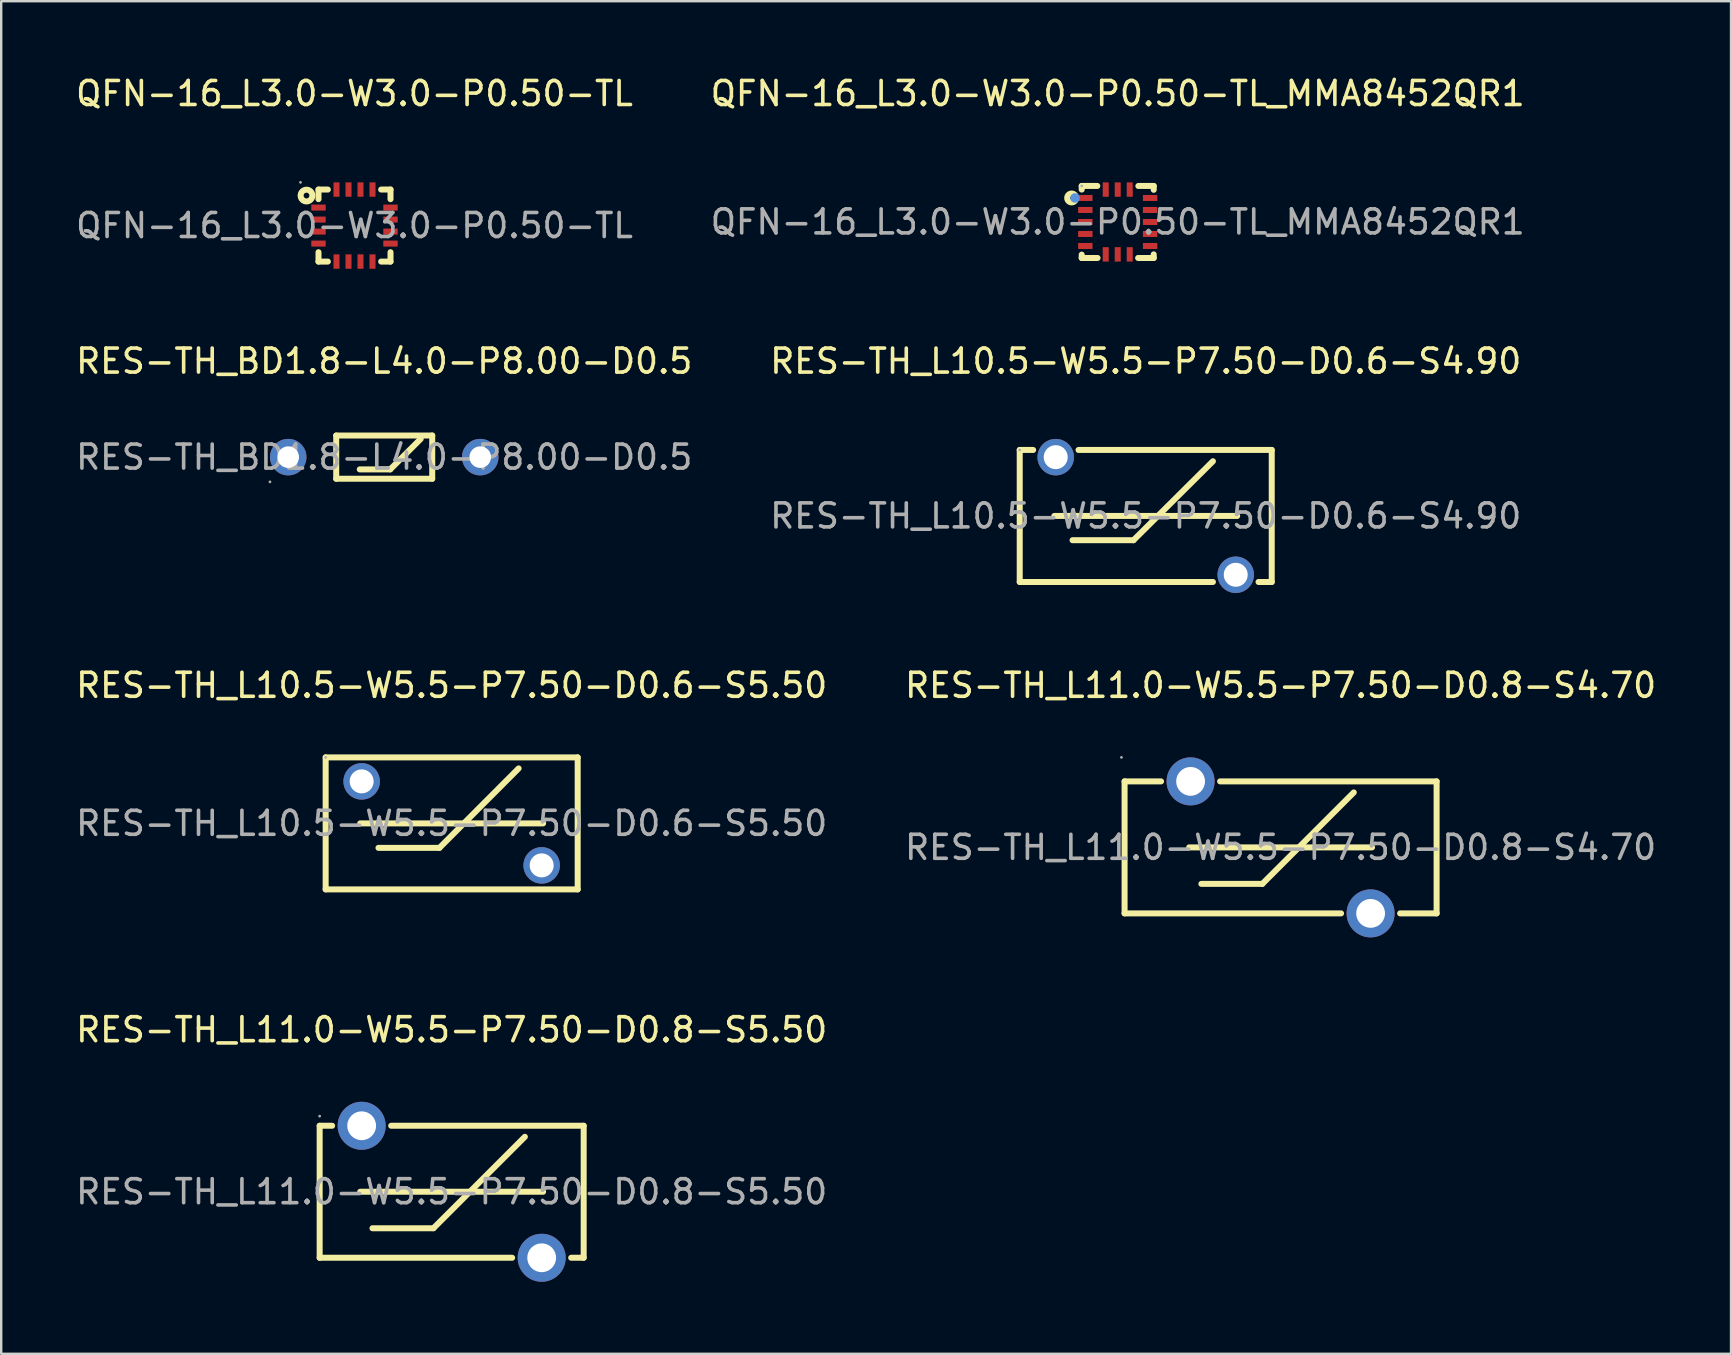
<source format=kicad_pcb>
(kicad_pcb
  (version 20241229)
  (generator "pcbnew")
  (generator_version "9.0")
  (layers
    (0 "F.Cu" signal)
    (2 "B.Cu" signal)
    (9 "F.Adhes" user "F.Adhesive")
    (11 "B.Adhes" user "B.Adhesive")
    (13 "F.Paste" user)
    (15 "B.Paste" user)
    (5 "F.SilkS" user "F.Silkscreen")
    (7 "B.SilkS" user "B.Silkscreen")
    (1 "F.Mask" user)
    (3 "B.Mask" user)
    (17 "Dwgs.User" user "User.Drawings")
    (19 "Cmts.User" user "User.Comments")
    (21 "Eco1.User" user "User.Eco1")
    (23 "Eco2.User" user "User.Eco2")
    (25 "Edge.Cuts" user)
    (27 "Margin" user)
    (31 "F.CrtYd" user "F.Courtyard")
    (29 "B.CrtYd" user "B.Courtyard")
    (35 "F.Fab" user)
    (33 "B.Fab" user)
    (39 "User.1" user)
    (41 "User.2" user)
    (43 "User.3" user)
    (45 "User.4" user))
  (footprint "RES-TH_L11.0-W5.5-P7.50-D0.8-S4.70"
    (layer "F.Cu")
    (at 50.304 32.255)
    (property "Reference" "RES-TH_L11.0-W5.5-P7.50-D0.8-S4.70" (at 0 -6.75 0) (layer "F.SilkS") (effects (font (size 1 1) (thickness 0.15))))
    (attr through_hole)
    (fp_line (start -6.5 -2.75) (end -6.5 2.75) (stroke (width 0.25) (type solid)) (layer "F.SilkS"))
    (fp_line (start -6.5 -2.75) (end -4.98 -2.75) (stroke (width 0.25) (type solid)) (layer "F.SilkS"))
    (fp_line (start -6.5 2.75) (end 2.52 2.75) (stroke (width 0.25) (type solid)) (layer "F.SilkS"))
    (fp_line (start -3.81 0) (end 3.81 0) (stroke (width 0.25) (type solid)) (layer "F.SilkS"))
    (fp_line (start -3.3 1.52) (end -0.76 1.52) (stroke (width 0.25) (type solid)) (layer "F.SilkS"))
    (fp_line (start -2.52 -2.75) (end 6.5 -2.75) (stroke (width 0.25) (type solid)) (layer "F.SilkS"))
    (fp_line (start -0.76 1.52) (end 3.05 -2.29) (stroke (width 0.25) (type solid)) (layer "F.SilkS"))
    (fp_line (start 4.98 2.75) (end 6.5 2.75) (stroke (width 0.25) (type solid)) (layer "F.SilkS"))
    (fp_line (start 6.5 2.75) (end 6.5 -2.75) (stroke (width 0.25) (type solid)) (layer "F.SilkS"))
    (fp_circle (center -6.63 -3.75) (end -6.6 -3.75) (stroke (width 0.06) (type solid)) (fill no) (layer "F.Fab"))
    (fp_circle (center -3.75 -2.75) (end -3.5 -2.75) (stroke (width 0.5) (type solid)) (fill no) (layer "F.Fab"))
    (fp_circle (center 3.75 2.75) (end 4 2.75) (stroke (width 0.5) (type solid)) (fill no) (layer "F.Fab"))
    (fp_text user "${REFERENCE}" (at 0 0 0) (layer "F.Fab") (effects (font (size 1 1) (thickness 0.15))))
    (pad "1" thru_hole circle (at -3.75 -2.75) (size 2 2) (drill 1.2) (layers "*.Cu" "*.Paste" "*.Mask"))
    (pad "2" thru_hole circle (at 3.75 2.75) (size 2 2) (drill 1.2) (layers "*.Cu" "*.Paste" "*.Mask")))
  (footprint "RES-TH_L10.5-W5.5-P7.50-D0.6-S5.50"
    (layer "F.Cu")
    (at 15.768 31.255)
    (property "Reference" "RES-TH_L10.5-W5.5-P7.50-D0.6-S5.50" (at 0 -5.75 0) (layer "F.SilkS") (effects (font (size 1 1) (thickness 0.15))))
    (attr through_hole)
    (fp_line (start -5.25 -2.75) (end 5.25 -2.75) (stroke (width 0.25) (type solid)) (layer "F.SilkS"))
    (fp_line (start -5.25 2.75) (end -5.25 -2.75) (stroke (width 0.25) (type solid)) (layer "F.SilkS"))
    (fp_line (start -5.25 2.75) (end 5.25 2.75) (stroke (width 0.25) (type solid)) (layer "F.SilkS"))
    (fp_line (start -3.81 0) (end 3.81 0) (stroke (width 0.25) (type solid)) (layer "F.SilkS"))
    (fp_line (start -3.05 1.02) (end -0.51 1.02) (stroke (width 0.25) (type solid)) (layer "F.SilkS"))
    (fp_line (start -0.51 1.02) (end 2.79 -2.29) (stroke (width 0.25) (type solid)) (layer "F.SilkS"))
    (fp_line (start 5.25 -2.75) (end 5.25 2.75) (stroke (width 0.25) (type solid)) (layer "F.SilkS"))
    (fp_circle (center -5.25 -2.75) (end -5.22 -2.75) (stroke (width 0.06) (type solid)) (fill no) (layer "F.Fab"))
    (fp_circle (center -3.75 -1.75) (end -3.6 -1.75) (stroke (width 0.3) (type solid)) (fill no) (layer "F.Fab"))
    (fp_circle (center 3.75 1.75) (end 3.9 1.75) (stroke (width 0.3) (type solid)) (fill no) (layer "F.Fab"))
    (fp_text user "${REFERENCE}" (at 0 0 0) (layer "F.Fab") (effects (font (size 1 1) (thickness 0.15))))
    (pad "1" thru_hole circle (at -3.75 -1.75) (size 1.52 1.52) (drill 1) (layers "*.Cu" "*.Paste" "*.Mask"))
    (pad "2" thru_hole circle (at 3.75 1.75) (size 1.52 1.52) (drill 1) (layers "*.Cu" "*.Paste" "*.Mask")))
  (footprint "RES-TH_BD1.8-L4.0-P8.00-D0.5"
    (layer "F.Cu")
    (at 12.958 15.996)
    (property "Reference" "RES-TH_BD1.8-L4.0-P8.00-D0.5" (at 0 -4 0) (layer "F.SilkS") (effects (font (size 1 1) (thickness 0.15))))
    (attr through_hole)
    (fp_line (start -2 -0.9) (end 2 -0.9) (stroke (width 0.25) (type solid)) (layer "F.SilkS"))
    (fp_line (start -2 0.9) (end -2 -0.9) (stroke (width 0.25) (type solid)) (layer "F.SilkS"))
    (fp_line (start -1.02 0.51) (end 0.25 0.51) (stroke (width 0.25) (type solid)) (layer "F.SilkS"))
    (fp_line (start 0.25 0.51) (end 1.52 -0.76) (stroke (width 0.25) (type solid)) (layer "F.SilkS"))
    (fp_line (start 2 -0.9) (end 2 0.9) (stroke (width 0.25) (type solid)) (layer "F.SilkS"))
    (fp_line (start 2 0.9) (end -2 0.9) (stroke (width 0.25) (type solid)) (layer "F.SilkS"))
    (fp_circle (center -4.76 1.03) (end -4.73 1.03) (stroke (width 0.06) (type solid)) (fill no) (layer "F.Fab"))
    (fp_circle (center -4 0) (end -3.82 0) (stroke (width 0.35) (type solid)) (fill no) (layer "F.Fab"))
    (fp_circle (center 4 0) (end 4.18 0) (stroke (width 0.35) (type solid)) (fill no) (layer "F.Fab"))
    (fp_text user "${REFERENCE}" (at 0 0 0) (layer "F.Fab") (effects (font (size 1 1) (thickness 0.15))))
    (pad "1" thru_hole circle (at -4 0) (size 1.52 1.52) (drill 0.9) (layers "*.Cu" "*.Paste" "*.Mask"))
    (pad "2" thru_hole circle (at 4 0) (size 1.52 1.52) (drill 0.9) (layers "*.Cu" "*.Paste" "*.Mask")))
  (footprint "RES-TH_L10.5-W5.5-P7.50-D0.6-S4.90"
    (layer "F.Cu")
    (at 44.685 18.447)
    (property "Reference" "RES-TH_L10.5-W5.5-P7.50-D0.6-S4.90" (at 0 -6.45 0) (layer "F.SilkS") (effects (font (size 1 1) (thickness 0.15))))
    (attr through_hole)
    (fp_line (start -5.25 -2.75) (end -4.69 -2.75) (stroke (width 0.25) (type solid)) (layer "F.SilkS"))
    (fp_line (start -5.25 2.75) (end -5.25 -2.75) (stroke (width 0.25) (type solid)) (layer "F.SilkS"))
    (fp_line (start -5.25 2.75) (end 2.8 2.75) (stroke (width 0.25) (type solid)) (layer "F.SilkS"))
    (fp_line (start -3.81 0) (end 3.81 0) (stroke (width 0.25) (type solid)) (layer "F.SilkS"))
    (fp_line (start -3.05 1.01) (end -0.51 1.01) (stroke (width 0.25) (type solid)) (layer "F.SilkS"))
    (fp_line (start -2.8 -2.75) (end 5.25 -2.75) (stroke (width 0.25) (type solid)) (layer "F.SilkS"))
    (fp_line (start -0.51 1.01) (end 2.8 -2.28) (stroke (width 0.25) (type solid)) (layer "F.SilkS"))
    (fp_line (start 4.7 2.75) (end 5.25 2.75) (stroke (width 0.25) (type solid)) (layer "F.SilkS"))
    (fp_line (start 5.25 -2.75) (end 5.25 2.75) (stroke (width 0.25) (type solid)) (layer "F.SilkS"))
    (fp_circle (center -5.25 -2.75) (end -5.22 -2.75) (stroke (width 0.06) (type solid)) (fill no) (layer "F.Fab"))
    (fp_circle (center -3.75 -2.45) (end -3.6 -2.45) (stroke (width 0.3) (type solid)) (fill no) (layer "F.Fab"))
    (fp_circle (center 3.75 2.45) (end 3.9 2.45) (stroke (width 0.3) (type solid)) (fill no) (layer "F.Fab"))
    (fp_text user "${REFERENCE}" (at 0 0 0) (layer "F.Fab") (effects (font (size 1 1) (thickness 0.15))))
    (pad "1" thru_hole circle (at -3.75 -2.45) (size 1.52 1.52) (drill 1) (layers "*.Cu" "*.Paste" "*.Mask"))
    (pad "2" thru_hole circle (at 3.75 2.45) (size 1.52 1.52) (drill 1) (layers "*.Cu" "*.Paste" "*.Mask")))
  (footprint "RES-TH_L11.0-W5.5-P7.50-D0.8-S5.50"
    (layer "F.Cu")
    (at 15.768 46.603)
    (property "Reference" "RES-TH_L11.0-W5.5-P7.50-D0.8-S5.50" (at 0 -6.75 0) (layer "F.SilkS") (effects (font (size 1 1) (thickness 0.15))))
    (attr through_hole)
    (fp_line (start -5.5 -2.75) (end -5.5 2.75) (stroke (width 0.25) (type solid)) (layer "F.SilkS"))
    (fp_line (start -5.5 -2.75) (end -4.98 -2.75) (stroke (width 0.25) (type solid)) (layer "F.SilkS"))
    (fp_line (start -3.81 0) (end 3.81 0) (stroke (width 0.25) (type solid)) (layer "F.SilkS"))
    (fp_line (start -3.3 1.52) (end -0.76 1.52) (stroke (width 0.25) (type solid)) (layer "F.SilkS"))
    (fp_line (start -2.52 -2.75) (end 5.5 -2.75) (stroke (width 0.25) (type solid)) (layer "F.SilkS"))
    (fp_line (start -0.76 1.52) (end 3.05 -2.29) (stroke (width 0.25) (type solid)) (layer "F.SilkS"))
    (fp_line (start 2.52 2.75) (end -5.5 2.75) (stroke (width 0.25) (type solid)) (layer "F.SilkS"))
    (fp_line (start 5.5 2.75) (end 4.98 2.75) (stroke (width 0.25) (type solid)) (layer "F.SilkS"))
    (fp_line (start 5.5 2.75) (end 5.5 -2.75) (stroke (width 0.25) (type solid)) (layer "F.SilkS"))
    (fp_circle (center -5.5 -3.15) (end -5.47 -3.15) (stroke (width 0.06) (type solid)) (fill no) (layer "F.Fab"))
    (fp_circle (center -3.75 -2.75) (end -3.55 -2.75) (stroke (width 0.4) (type solid)) (fill no) (layer "F.Fab"))
    (fp_circle (center 3.75 2.75) (end 3.95 2.75) (stroke (width 0.4) (type solid)) (fill no) (layer "F.Fab"))
    (fp_text user "${REFERENCE}" (at 0 0 0) (layer "F.Fab") (effects (font (size 1 1) (thickness 0.15))))
    (pad "1" thru_hole circle (at -3.75 -2.75) (size 2 2) (drill 1.2) (layers "*.Cu" "*.Paste" "*.Mask"))
    (pad "2" thru_hole circle (at 3.75 2.75) (size 2 2) (drill 1.2) (layers "*.Cu" "*.Paste" "*.Mask")))
  (footprint "QFN-16_L3.0-W3.0-P0.50-TL"
    (layer "F.Cu")
    (at 11.72 6.348)
    (property "Reference" "QFN-16_L3.0-W3.0-P0.50-TL" (at 0 -5.5 0) (layer "F.SilkS") (effects (font (size 1 1) (thickness 0.15))))
    (attr through_hole)
    (fp_line (start -1.5 -1.5) (end -1.5 -1.1) (stroke (width 0.25) (type solid)) (layer "F.SilkS"))
    (fp_line (start -1.5 1.11) (end -1.5 1.5) (stroke (width 0.25) (type solid)) (layer "F.SilkS"))
    (fp_line (start -1.5 1.5) (end -1.11 1.5) (stroke (width 0.25) (type solid)) (layer "F.SilkS"))
    (fp_line (start -1.11 -1.5) (end -1.5 -1.5) (stroke (width 0.25) (type solid)) (layer "F.SilkS"))
    (fp_line (start 1.11 1.5) (end 1.5 1.5) (stroke (width 0.25) (type solid)) (layer "F.SilkS"))
    (fp_line (start 1.5 -1.5) (end 1.11 -1.5) (stroke (width 0.25) (type solid)) (layer "F.SilkS"))
    (fp_line (start 1.5 -1.5) (end 1.5 -1.1) (stroke (width 0.25) (type solid)) (layer "F.SilkS"))
    (fp_line (start 1.5 1.11) (end 1.5 1.5) (stroke (width 0.25) (type solid)) (layer "F.SilkS"))
    (fp_circle (center -2 -1.25) (end -1.88 -1.25) (stroke (width 0.25) (type solid)) (fill no) (layer "F.SilkS"))
    (fp_circle (center -2.25 -1.8) (end -2.22 -1.8) (stroke (width 0.06) (type solid)) (fill no) (layer "F.Fab"))
    (fp_text user "${REFERENCE}" (at 0 0 0) (layer "F.Fab") (effects (font (size 1 1) (thickness 0.15))))
    (pad "1" smd rect (at -1.5 -0.75 90) (size 0.25 0.6) (layers "F.Cu" "F.Mask" "F.Paste"))
    (pad "2" smd rect (at -1.5 -0.25 90) (size 0.25 0.6) (layers "F.Cu" "F.Mask" "F.Paste"))
    (pad "3" smd rect (at -1.5 0.25 90) (size 0.25 0.6) (layers "F.Cu" "F.Mask" "F.Paste"))
    (pad "4" smd rect (at -1.5 0.75 90) (size 0.25 0.6) (layers "F.Cu" "F.Mask" "F.Paste"))
    (pad "5" smd rect (at -0.75 1.5 180) (size 0.25 0.6) (layers "F.Cu" "F.Mask" "F.Paste"))
    (pad "6" smd rect (at -0.25 1.5 180) (size 0.25 0.6) (layers "F.Cu" "F.Mask" "F.Paste"))
    (pad "7" smd rect (at 0.25 1.5 180) (size 0.25 0.6) (layers "F.Cu" "F.Mask" "F.Paste"))
    (pad "8" smd rect (at 0.75 1.5 180) (size 0.25 0.6) (layers "F.Cu" "F.Mask" "F.Paste"))
    (pad "9" smd rect (at 1.5 0.75 270) (size 0.25 0.6) (layers "F.Cu" "F.Mask" "F.Paste"))
    (pad "10" smd rect (at 1.5 0.25 270) (size 0.25 0.6) (layers "F.Cu" "F.Mask" "F.Paste"))
    (pad "11" smd rect (at 1.5 -0.25 270) (size 0.25 0.6) (layers "F.Cu" "F.Mask" "F.Paste"))
    (pad "12" smd rect (at 1.5 -0.75 270) (size 0.25 0.6) (layers "F.Cu" "F.Mask" "F.Paste"))
    (pad "13" smd rect (at 0.75 -1.5) (size 0.25 0.6) (layers "F.Cu" "F.Mask" "F.Paste"))
    (pad "14" smd rect (at 0.25 -1.5) (size 0.25 0.6) (layers "F.Cu" "F.Mask" "F.Paste"))
    (pad "15" smd rect (at -0.25 -1.5) (size 0.25 0.6) (layers "F.Cu" "F.Mask" "F.Paste"))
    (pad "16" smd rect (at -0.75 -1.5) (size 0.25 0.6) (layers "F.Cu" "F.Mask" "F.Paste")))
  (footprint "QFN-16_L3.0-W3.0-P0.50-TL_MMA8452QR1"
    (layer "F.Cu")
    (at 43.518 6.198)
    (property "Reference" "QFN-16_L3.0-W3.0-P0.50-TL_MMA8452QR1" (at 0 -5.35 0) (layer "F.SilkS") (effects (font (size 1 1) (thickness 0.15))))
    (attr through_hole)
    (fp_line (start -1.5 -1.5) (end -1.5 -1.35) (stroke (width 0.25) (type solid)) (layer "F.SilkS"))
    (fp_line (start -1.5 -1.5) (end -0.85 -1.5) (stroke (width 0.25) (type solid)) (layer "F.SilkS"))
    (fp_line (start -1.5 1.36) (end -1.5 1.5) (stroke (width 0.25) (type solid)) (layer "F.SilkS"))
    (fp_line (start -0.84 1.5) (end -1.5 1.5) (stroke (width 0.25) (type solid)) (layer "F.SilkS"))
    (fp_line (start 0.86 -1.5) (end 1.5 -1.5) (stroke (width 0.25) (type solid)) (layer "F.SilkS"))
    (fp_line (start 1.5 -1.5) (end 1.5 -1.34) (stroke (width 0.25) (type solid)) (layer "F.SilkS"))
    (fp_line (start 1.5 1.35) (end 1.5 1.5) (stroke (width 0.25) (type solid)) (layer "F.SilkS"))
    (fp_line (start 1.5 1.5) (end 0.85 1.5) (stroke (width 0.25) (type solid)) (layer "F.SilkS"))
    (fp_circle (center -1.92 -1) (end -1.86 -1) (stroke (width 0.25) (type solid)) (fill no) (layer "F.SilkS"))
    (fp_circle (center -1.78 -1) (end -1.68 -1) (stroke (width 0.2) (type solid)) (fill no) (layer "Cmts.User"))
    (fp_circle (center -1.5 -1.5) (end -1.47 -1.5) (stroke (width 0.06) (type solid)) (fill no) (layer "F.Fab"))
    (fp_text user "${REFERENCE}" (at 0 0 0) (layer "F.Fab") (effects (font (size 1 1) (thickness 0.15))))
    (pad "1" smd rect (at -1.35 -1) (size 0.6 0.25) (layers "F.Cu" "F.Mask" "F.Paste"))
    (pad "2" smd rect (at -1.35 -0.5) (size 0.6 0.25) (layers "F.Cu" "F.Mask" "F.Paste"))
    (pad "3" smd rect (at -1.35 0) (size 0.6 0.25) (layers "F.Cu" "F.Mask" "F.Paste"))
    (pad "4" smd rect (at -1.35 0.5) (size 0.6 0.25) (layers "F.Cu" "F.Mask" "F.Paste"))
    (pad "5" smd rect (at -1.35 1) (size 0.6 0.25) (layers "F.Cu" "F.Mask" "F.Paste"))
    (pad "6" smd rect (at -0.5 1.35 90) (size 0.6 0.25) (layers "F.Cu" "F.Mask" "F.Paste"))
    (pad "7" smd rect (at 0 1.35 90) (size 0.6 0.25) (layers "F.Cu" "F.Mask" "F.Paste"))
    (pad "8" smd rect (at 0.5 1.35 90) (size 0.6 0.25) (layers "F.Cu" "F.Mask" "F.Paste"))
    (pad "9" smd rect (at 1.35 1 180) (size 0.6 0.25) (layers "F.Cu" "F.Mask" "F.Paste"))
    (pad "10" smd rect (at 1.35 0.5 180) (size 0.6 0.25) (layers "F.Cu" "F.Mask" "F.Paste"))
    (pad "11" smd rect (at 1.35 0 180) (size 0.6 0.25) (layers "F.Cu" "F.Mask" "F.Paste"))
    (pad "12" smd rect (at 1.35 -0.5 180) (size 0.6 0.25) (layers "F.Cu" "F.Mask" "F.Paste"))
    (pad "13" smd rect (at 1.35 -1 180) (size 0.6 0.25) (layers "F.Cu" "F.Mask" "F.Paste"))
    (pad "14" smd rect (at 0.5 -1.35 270) (size 0.6 0.25) (layers "F.Cu" "F.Mask" "F.Paste"))
    (pad "15" smd rect (at 0 -1.35 270) (size 0.6 0.25) (layers "F.Cu" "F.Mask" "F.Paste"))
    (pad "16" smd rect (at -0.5 -1.35 270) (size 0.6 0.25) (layers "F.Cu" "F.Mask" "F.Paste")))
  (gr_rect
    (start -3 -3)
    (end 69.071 53.353)
    (stroke (width 0.1) (type default))
    (fill no)
    (layer "Edge.Cuts")))
</source>
